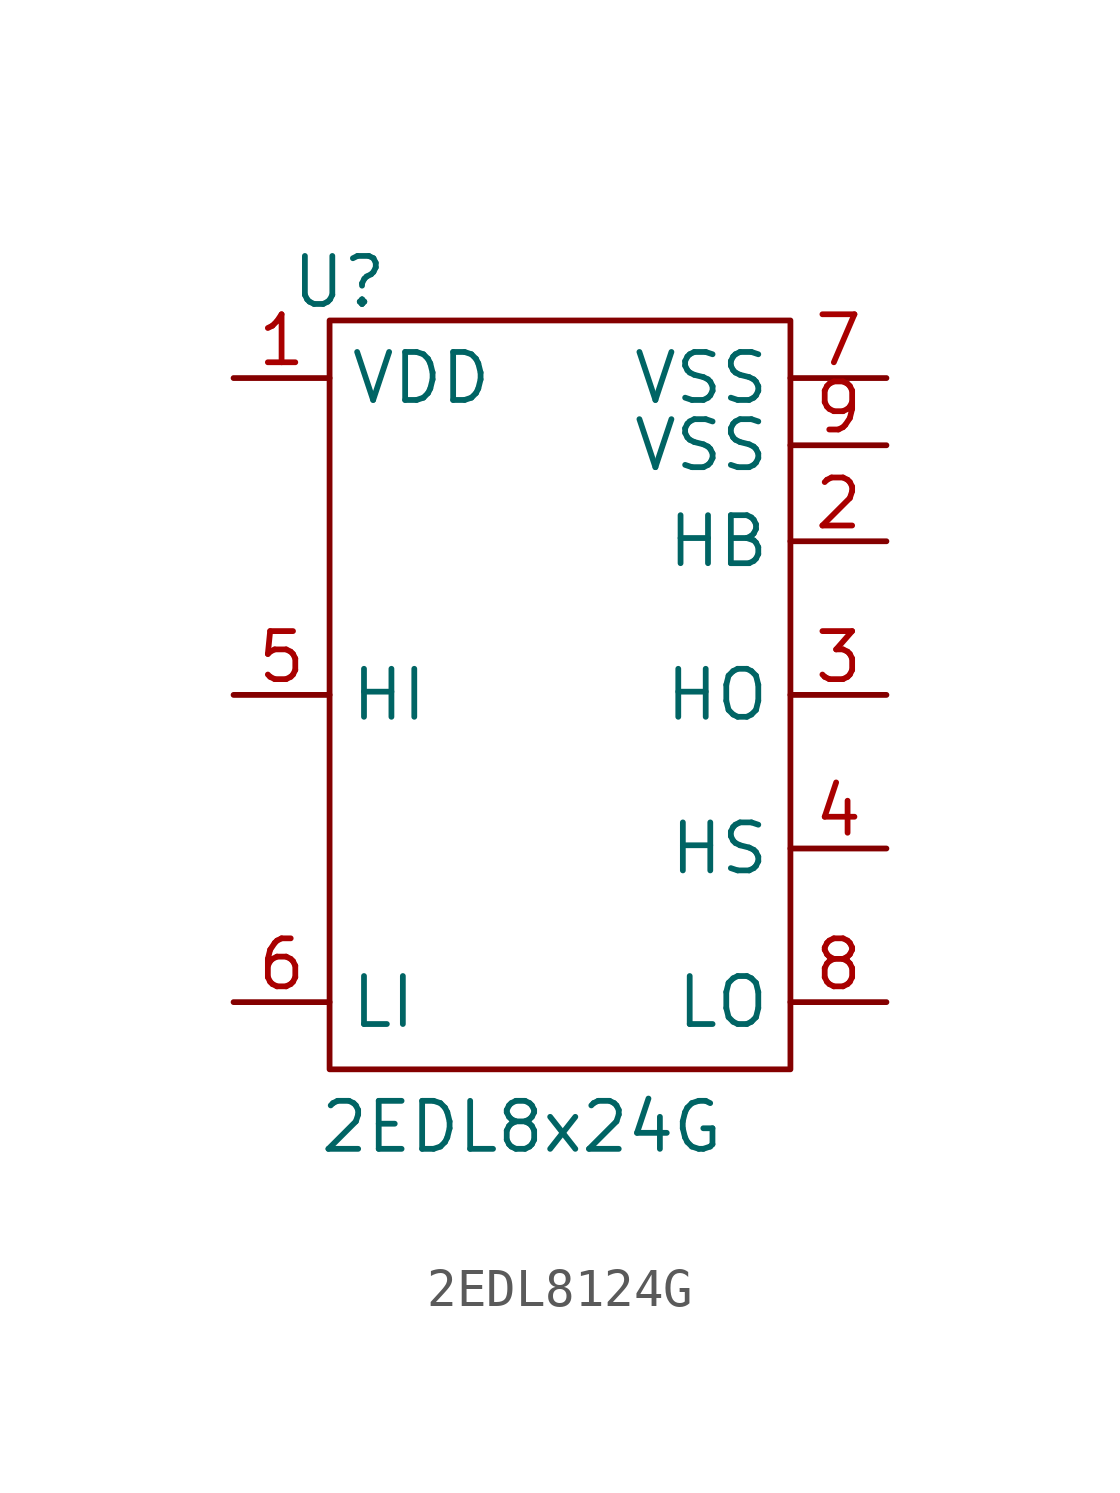
<source format=kicad_sym>
(kicad_symbol_lib
  (version 20231120)
  (generator "kicad_symbol_editor")
  (generator_version "8.0")
  (symbol "2EDL8124G"
    (property "Reference" "U"
      (at -5.842 10.922 0)
      (effects (font (size 1.27 1.27))))
    (property "Value" "2EDL8x24G"
      (at -1.016 -11.43 0)
      (effects (font (size 1.27 1.27))))
    (symbol "2EDL8124G_0_1"
      (rectangle (start -6.096 9.906) (end 6.096 -9.906) (stroke (width 0) (type default)) (fill (type none))))
    (symbol "2EDL8124G_1_1"
      (pin power_in line (at -8.636 8.382 0) (length 2.54) (name "VDD" (effects (font (size 1.27 1.27)))) (number "1" (effects (font (size 1.27 1.27)))))
      (pin output line (at 8.636 4.064 180) (length 2.54) (name "HB" (effects (font (size 1.27 1.27)))) (number "2" (effects (font (size 1.27 1.27)))))
      (pin output line (at 8.636 0 180) (length 2.54) (name "HO" (effects (font (size 1.27 1.27)))) (number "3" (effects (font (size 1.27 1.27)))))
      (pin output line (at 8.636 -4.064 180) (length 2.54) (name "HS" (effects (font (size 1.27 1.27)))) (number "4" (effects (font (size 1.27 1.27)))))
      (pin input line (at -8.636 0 0) (length 2.54) (name "HI" (effects (font (size 1.27 1.27)))) (number "5" (effects (font (size 1.27 1.27)))))
      (pin input line (at -8.636 -8.128 0) (length 2.54) (name "LI" (effects (font (size 1.27 1.27)))) (number "6" (effects (font (size 1.27 1.27)))))
      (pin power_in line (at 8.636 8.382 180) (length 2.54) (name "VSS" (effects (font (size 1.27 1.27)))) (number "7" (effects (font (size 1.27 1.27)))))
      (pin output line (at 8.636 -8.128 180) (length 2.54) (name "LO" (effects (font (size 1.27 1.27)))) (number "8" (effects (font (size 1.27 1.27)))))
      (pin power_in line (at 8.636 6.604 180) (length 2.54) (name "VSS" (effects (font (size 1.27 1.27)))) (number "9" (effects (font (size 1.27 1.27))))))))
</source>
